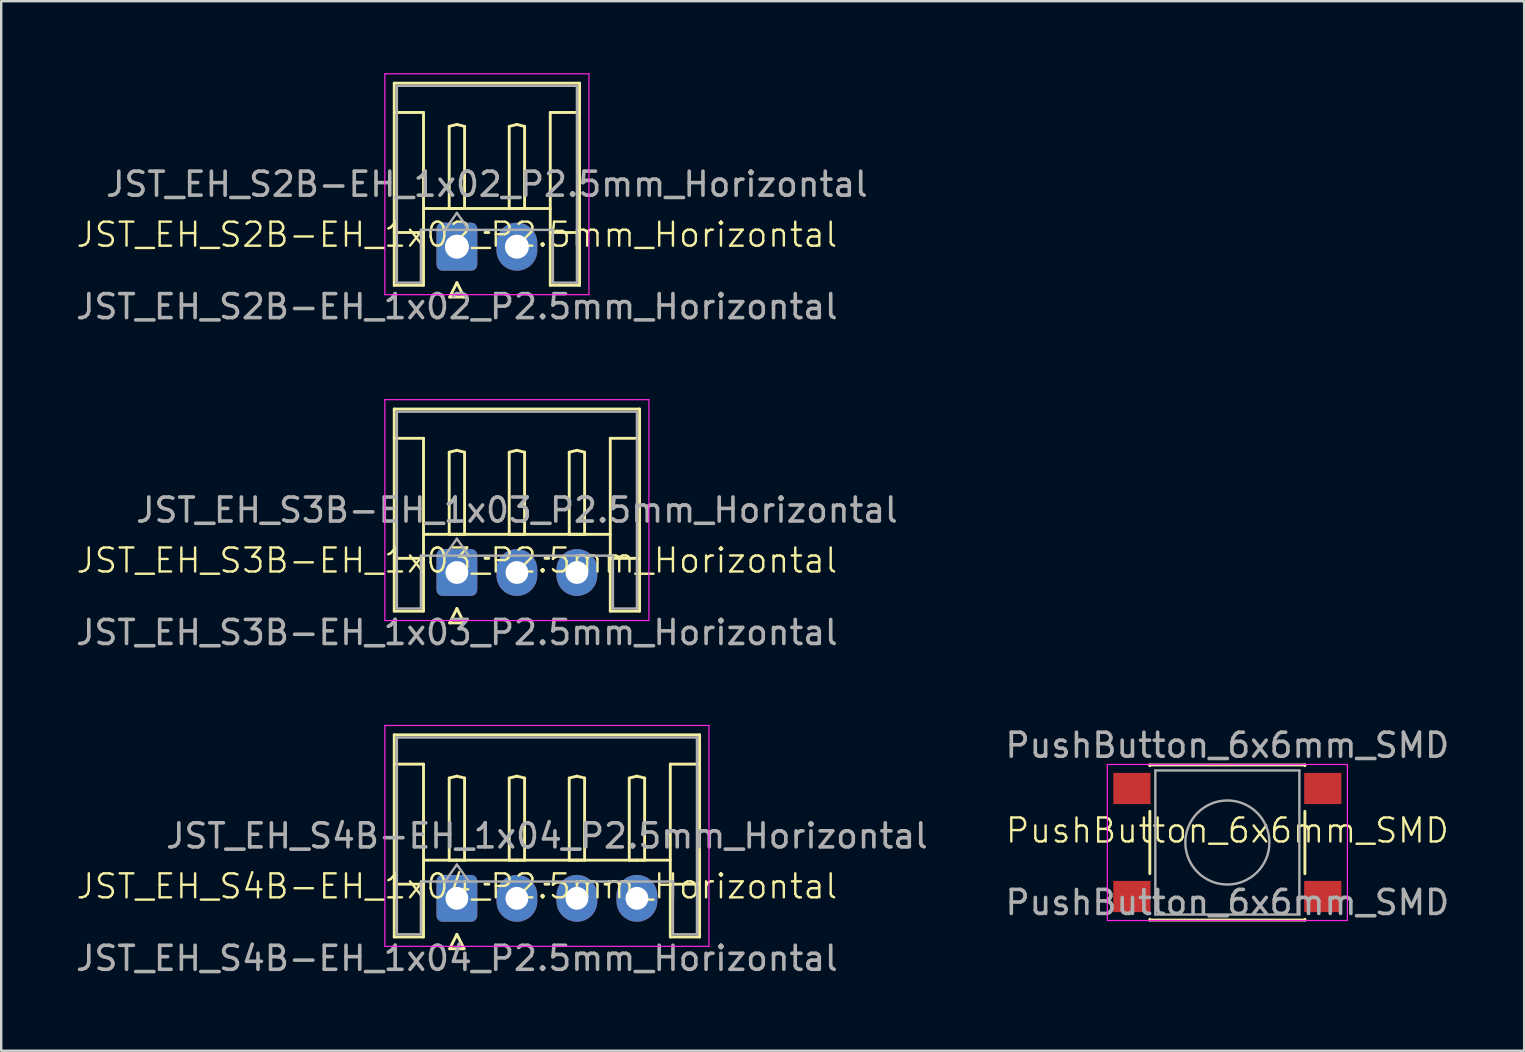
<source format=kicad_pcb>
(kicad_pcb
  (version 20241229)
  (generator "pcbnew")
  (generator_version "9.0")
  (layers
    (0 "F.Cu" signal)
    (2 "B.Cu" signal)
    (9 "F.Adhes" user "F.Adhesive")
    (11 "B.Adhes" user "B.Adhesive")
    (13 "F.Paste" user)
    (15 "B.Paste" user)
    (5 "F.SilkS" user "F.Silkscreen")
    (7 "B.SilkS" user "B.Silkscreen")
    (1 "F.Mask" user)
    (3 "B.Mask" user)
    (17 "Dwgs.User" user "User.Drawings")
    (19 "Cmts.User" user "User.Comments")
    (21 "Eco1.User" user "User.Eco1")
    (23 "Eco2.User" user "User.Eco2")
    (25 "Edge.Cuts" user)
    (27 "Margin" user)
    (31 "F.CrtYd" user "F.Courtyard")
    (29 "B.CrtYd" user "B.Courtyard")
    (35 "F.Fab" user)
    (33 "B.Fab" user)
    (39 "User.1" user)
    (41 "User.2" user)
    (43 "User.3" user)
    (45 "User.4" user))
  (footprint "JST_EH_S3B-EH_1x03_P2.5mm_Horizontal"
    (layer "F.Cu")
    (at 15.982 20.798)
    (property "Reference" "JST_EH_S3B-EH_1x03_P2.5mm_Horizontal" (at 0 -0.5 0) (unlocked yes) (layer "F.SilkS") (effects (font (size 1 1) (thickness 0.1))))
    (attr smd)
    (fp_line (start -2.61 -6.81) (end 7.61 -6.81) (stroke (width 0.12) (type solid)) (layer "F.SilkS"))
    (fp_line (start -2.61 -5.59) (end -1.39 -5.59) (stroke (width 0.12) (type solid)) (layer "F.SilkS"))
    (fp_line (start -2.61 1.61) (end -2.61 -6.81) (stroke (width 0.12) (type solid)) (layer "F.SilkS"))
    (fp_line (start -1.39 -5.59) (end -1.39 -0.59) (stroke (width 0.12) (type solid)) (layer "F.SilkS"))
    (fp_line (start -1.39 -1.59) (end 6.39 -1.59) (stroke (width 0.12) (type solid)) (layer "F.SilkS"))
    (fp_line (start -1.39 -0.59) (end -2.61 -0.59) (stroke (width 0.12) (type solid)) (layer "F.SilkS"))
    (fp_line (start -1.39 -0.59) (end -1.39 1.61) (stroke (width 0.12) (type solid)) (layer "F.SilkS"))
    (fp_line (start -1.39 1.61) (end -2.61 1.61) (stroke (width 0.12) (type solid)) (layer "F.SilkS"))
    (fp_line (start -0.32 -5.01) (end 0 -5.09) (stroke (width 0.12) (type solid)) (layer "F.SilkS"))
    (fp_line (start -0.32 -1.59) (end -0.32 -5.01) (stroke (width 0.12) (type solid)) (layer "F.SilkS"))
    (fp_line (start -0.3 2.1) (end 0.3 2.1) (stroke (width 0.12) (type solid)) (layer "F.SilkS"))
    (fp_line (start 0 -5.09) (end 0.32 -5.01) (stroke (width 0.12) (type solid)) (layer "F.SilkS"))
    (fp_line (start 0 -1.59) (end -0.32 -1.59) (stroke (width 0.12) (type solid)) (layer "F.SilkS"))
    (fp_line (start 0 1.5) (end -0.3 2.1) (stroke (width 0.12) (type solid)) (layer "F.SilkS"))
    (fp_line (start 0.3 2.1) (end 0 1.5) (stroke (width 0.12) (type solid)) (layer "F.SilkS"))
    (fp_line (start 0.32 -5.01) (end 0.32 -1.59) (stroke (width 0.12) (type solid)) (layer "F.SilkS"))
    (fp_line (start 0.32 -1.59) (end 0 -1.59) (stroke (width 0.12) (type solid)) (layer "F.SilkS"))
    (fp_line (start 1.17 -0.59) (end 1.33 -0.59) (stroke (width 0.12) (type solid)) (layer "F.SilkS"))
    (fp_line (start 2.18 -5.01) (end 2.5 -5.09) (stroke (width 0.12) (type solid)) (layer "F.SilkS"))
    (fp_line (start 2.18 -1.59) (end 2.18 -5.01) (stroke (width 0.12) (type solid)) (layer "F.SilkS"))
    (fp_line (start 2.5 -5.09) (end 2.82 -5.01) (stroke (width 0.12) (type solid)) (layer "F.SilkS"))
    (fp_line (start 2.5 -1.59) (end 2.18 -1.59) (stroke (width 0.12) (type solid)) (layer "F.SilkS"))
    (fp_line (start 2.82 -5.01) (end 2.82 -1.59) (stroke (width 0.12) (type solid)) (layer "F.SilkS"))
    (fp_line (start 2.82 -1.59) (end 2.5 -1.59) (stroke (width 0.12) (type solid)) (layer "F.SilkS"))
    (fp_line (start 3.67 -0.59) (end 3.83 -0.59) (stroke (width 0.12) (type solid)) (layer "F.SilkS"))
    (fp_line (start 4.68 -5.01) (end 5 -5.09) (stroke (width 0.12) (type solid)) (layer "F.SilkS"))
    (fp_line (start 4.68 -1.59) (end 4.68 -5.01) (stroke (width 0.12) (type solid)) (layer "F.SilkS"))
    (fp_line (start 5 -5.09) (end 5.32 -5.01) (stroke (width 0.12) (type solid)) (layer "F.SilkS"))
    (fp_line (start 5 -1.59) (end 4.68 -1.59) (stroke (width 0.12) (type solid)) (layer "F.SilkS"))
    (fp_line (start 5.32 -5.01) (end 5.32 -1.59) (stroke (width 0.12) (type solid)) (layer "F.SilkS"))
    (fp_line (start 5.32 -1.59) (end 5 -1.59) (stroke (width 0.12) (type solid)) (layer "F.SilkS"))
    (fp_line (start 6.39 -5.59) (end 6.39 -0.59) (stroke (width 0.12) (type solid)) (layer "F.SilkS"))
    (fp_line (start 6.39 -0.59) (end 7.61 -0.59) (stroke (width 0.12) (type solid)) (layer "F.SilkS"))
    (fp_line (start 6.39 1.61) (end 6.39 -0.59) (stroke (width 0.12) (type solid)) (layer "F.SilkS"))
    (fp_line (start 7.61 -6.81) (end 7.61 1.61) (stroke (width 0.12) (type solid)) (layer "F.SilkS"))
    (fp_line (start 7.61 -5.59) (end 6.39 -5.59) (stroke (width 0.12) (type solid)) (layer "F.SilkS"))
    (fp_line (start 7.61 1.61) (end 6.39 1.61) (stroke (width 0.12) (type solid)) (layer "F.SilkS"))
    (fp_line (start -3 -7.2) (end -3 2) (stroke (width 0.05) (type solid)) (layer "F.CrtYd"))
    (fp_line (start -3 2) (end 8 2) (stroke (width 0.05) (type solid)) (layer "F.CrtYd"))
    (fp_line (start 8 -7.2) (end -3 -7.2) (stroke (width 0.05) (type solid)) (layer "F.CrtYd"))
    (fp_line (start 8 2) (end 8 -7.2) (stroke (width 0.05) (type solid)) (layer "F.CrtYd"))
    (fp_line (start -2.5 -6.7) (end 7.5 -6.7) (stroke (width 0.1) (type solid)) (layer "F.Fab"))
    (fp_line (start -2.5 1.5) (end -2.5 -6.7) (stroke (width 0.1) (type solid)) (layer "F.Fab"))
    (fp_line (start -1.5 -0.7) (end -1.5 1.5) (stroke (width 0.1) (type solid)) (layer "F.Fab"))
    (fp_line (start -1.5 1.5) (end -2.5 1.5) (stroke (width 0.1) (type solid)) (layer "F.Fab"))
    (fp_line (start -0.5 -0.7) (end 0 -1.407) (stroke (width 0.1) (type solid)) (layer "F.Fab"))
    (fp_line (start 0 -1.407) (end 0.5 -0.7) (stroke (width 0.1) (type solid)) (layer "F.Fab"))
    (fp_line (start 6.5 -0.7) (end -1.5 -0.7) (stroke (width 0.1) (type solid)) (layer "F.Fab"))
    (fp_line (start 6.5 1.5) (end 6.5 -0.7) (stroke (width 0.1) (type solid)) (layer "F.Fab"))
    (fp_line (start 7.5 -6.7) (end 7.5 1.5) (stroke (width 0.1) (type solid)) (layer "F.Fab"))
    (fp_line (start 7.5 1.5) (end 6.5 1.5) (stroke (width 0.1) (type solid)) (layer "F.Fab"))
    (fp_text user "${REFERENCE}" (at 2.5 -2.6 0) (layer "F.Fab") (effects (font (size 1 1) (thickness 0.15))))
    (fp_text user "${REFERENCE}" (at 0 2.5 0) (unlocked yes) (layer "F.Fab") (effects (font (size 1 1) (thickness 0.15))))
    (pad "1" thru_hole roundrect (at 0 0) (size 1.7 1.95) (drill 0.95) (layers "*.Cu" "*.Mask") (roundrect_rratio 0.147))
    (pad "2" thru_hole oval (at 2.5 0) (size 1.7 1.95) (drill 0.95) (layers "*.Cu" "*.Mask"))
    (pad "3" thru_hole oval (at 5 0) (size 1.7 1.95) (drill 0.95) (layers "*.Cu" "*.Mask")))
  (footprint "JST_EH_S4B-EH_1x04_P2.5mm_Horizontal"
    (layer "F.Cu")
    (at 15.982 34.371)
    (property "Reference" "JST_EH_S4B-EH_1x04_P2.5mm_Horizontal" (at 0 -0.5 0) (unlocked yes) (layer "F.SilkS") (effects (font (size 1 1) (thickness 0.1))))
    (attr through_hole)
    (fp_line (start -2.61 -6.81) (end 10.11 -6.81) (stroke (width 0.12) (type solid)) (layer "F.SilkS"))
    (fp_line (start -2.61 -5.59) (end -1.39 -5.59) (stroke (width 0.12) (type solid)) (layer "F.SilkS"))
    (fp_line (start -2.61 1.61) (end -2.61 -6.81) (stroke (width 0.12) (type solid)) (layer "F.SilkS"))
    (fp_line (start -1.39 -5.59) (end -1.39 -0.59) (stroke (width 0.12) (type solid)) (layer "F.SilkS"))
    (fp_line (start -1.39 -1.59) (end 8.89 -1.59) (stroke (width 0.12) (type solid)) (layer "F.SilkS"))
    (fp_line (start -1.39 -0.59) (end -2.61 -0.59) (stroke (width 0.12) (type solid)) (layer "F.SilkS"))
    (fp_line (start -1.39 -0.59) (end -1.39 1.61) (stroke (width 0.12) (type solid)) (layer "F.SilkS"))
    (fp_line (start -1.39 1.61) (end -2.61 1.61) (stroke (width 0.12) (type solid)) (layer "F.SilkS"))
    (fp_line (start -0.32 -5.01) (end 0 -5.09) (stroke (width 0.12) (type solid)) (layer "F.SilkS"))
    (fp_line (start -0.32 -1.59) (end -0.32 -5.01) (stroke (width 0.12) (type solid)) (layer "F.SilkS"))
    (fp_line (start -0.3 2.1) (end 0.3 2.1) (stroke (width 0.12) (type solid)) (layer "F.SilkS"))
    (fp_line (start 0 -5.09) (end 0.32 -5.01) (stroke (width 0.12) (type solid)) (layer "F.SilkS"))
    (fp_line (start 0 -1.59) (end -0.32 -1.59) (stroke (width 0.12) (type solid)) (layer "F.SilkS"))
    (fp_line (start 0 1.5) (end -0.3 2.1) (stroke (width 0.12) (type solid)) (layer "F.SilkS"))
    (fp_line (start 0.3 2.1) (end 0 1.5) (stroke (width 0.12) (type solid)) (layer "F.SilkS"))
    (fp_line (start 0.32 -5.01) (end 0.32 -1.59) (stroke (width 0.12) (type solid)) (layer "F.SilkS"))
    (fp_line (start 0.32 -1.59) (end 0 -1.59) (stroke (width 0.12) (type solid)) (layer "F.SilkS"))
    (fp_line (start 1.17 -0.59) (end 1.33 -0.59) (stroke (width 0.12) (type solid)) (layer "F.SilkS"))
    (fp_line (start 2.18 -5.01) (end 2.5 -5.09) (stroke (width 0.12) (type solid)) (layer "F.SilkS"))
    (fp_line (start 2.18 -1.59) (end 2.18 -5.01) (stroke (width 0.12) (type solid)) (layer "F.SilkS"))
    (fp_line (start 2.5 -5.09) (end 2.82 -5.01) (stroke (width 0.12) (type solid)) (layer "F.SilkS"))
    (fp_line (start 2.5 -1.59) (end 2.18 -1.59) (stroke (width 0.12) (type solid)) (layer "F.SilkS"))
    (fp_line (start 2.82 -5.01) (end 2.82 -1.59) (stroke (width 0.12) (type solid)) (layer "F.SilkS"))
    (fp_line (start 2.82 -1.59) (end 2.5 -1.59) (stroke (width 0.12) (type solid)) (layer "F.SilkS"))
    (fp_line (start 3.67 -0.59) (end 3.83 -0.59) (stroke (width 0.12) (type solid)) (layer "F.SilkS"))
    (fp_line (start 4.68 -5.01) (end 5 -5.09) (stroke (width 0.12) (type solid)) (layer "F.SilkS"))
    (fp_line (start 4.68 -1.59) (end 4.68 -5.01) (stroke (width 0.12) (type solid)) (layer "F.SilkS"))
    (fp_line (start 5 -5.09) (end 5.32 -5.01) (stroke (width 0.12) (type solid)) (layer "F.SilkS"))
    (fp_line (start 5 -1.59) (end 4.68 -1.59) (stroke (width 0.12) (type solid)) (layer "F.SilkS"))
    (fp_line (start 5.32 -5.01) (end 5.32 -1.59) (stroke (width 0.12) (type solid)) (layer "F.SilkS"))
    (fp_line (start 5.32 -1.59) (end 5 -1.59) (stroke (width 0.12) (type solid)) (layer "F.SilkS"))
    (fp_line (start 6.17 -0.59) (end 6.33 -0.59) (stroke (width 0.12) (type solid)) (layer "F.SilkS"))
    (fp_line (start 7.18 -5.01) (end 7.5 -5.09) (stroke (width 0.12) (type solid)) (layer "F.SilkS"))
    (fp_line (start 7.18 -1.59) (end 7.18 -5.01) (stroke (width 0.12) (type solid)) (layer "F.SilkS"))
    (fp_line (start 7.5 -5.09) (end 7.82 -5.01) (stroke (width 0.12) (type solid)) (layer "F.SilkS"))
    (fp_line (start 7.5 -1.59) (end 7.18 -1.59) (stroke (width 0.12) (type solid)) (layer "F.SilkS"))
    (fp_line (start 7.82 -5.01) (end 7.82 -1.59) (stroke (width 0.12) (type solid)) (layer "F.SilkS"))
    (fp_line (start 7.82 -1.59) (end 7.5 -1.59) (stroke (width 0.12) (type solid)) (layer "F.SilkS"))
    (fp_line (start 8.89 -5.59) (end 8.89 -0.59) (stroke (width 0.12) (type solid)) (layer "F.SilkS"))
    (fp_line (start 8.89 -0.59) (end 10.11 -0.59) (stroke (width 0.12) (type solid)) (layer "F.SilkS"))
    (fp_line (start 8.89 1.61) (end 8.89 -0.59) (stroke (width 0.12) (type solid)) (layer "F.SilkS"))
    (fp_line (start 10.11 -6.81) (end 10.11 1.61) (stroke (width 0.12) (type solid)) (layer "F.SilkS"))
    (fp_line (start 10.11 -5.59) (end 8.89 -5.59) (stroke (width 0.12) (type solid)) (layer "F.SilkS"))
    (fp_line (start 10.11 1.61) (end 8.89 1.61) (stroke (width 0.12) (type solid)) (layer "F.SilkS"))
    (fp_line (start -3 -7.2) (end -3 2) (stroke (width 0.05) (type solid)) (layer "F.CrtYd"))
    (fp_line (start -3 2) (end 10.5 2) (stroke (width 0.05) (type solid)) (layer "F.CrtYd"))
    (fp_line (start 10.5 -7.2) (end -3 -7.2) (stroke (width 0.05) (type solid)) (layer "F.CrtYd"))
    (fp_line (start 10.5 2) (end 10.5 -7.2) (stroke (width 0.05) (type solid)) (layer "F.CrtYd"))
    (fp_line (start -2.5 -6.7) (end 10 -6.7) (stroke (width 0.1) (type solid)) (layer "F.Fab"))
    (fp_line (start -2.5 1.5) (end -2.5 -6.7) (stroke (width 0.1) (type solid)) (layer "F.Fab"))
    (fp_line (start -1.5 -0.7) (end -1.5 1.5) (stroke (width 0.1) (type solid)) (layer "F.Fab"))
    (fp_line (start -1.5 1.5) (end -2.5 1.5) (stroke (width 0.1) (type solid)) (layer "F.Fab"))
    (fp_line (start -0.5 -0.7) (end 0 -1.407) (stroke (width 0.1) (type solid)) (layer "F.Fab"))
    (fp_line (start 0 -1.407) (end 0.5 -0.7) (stroke (width 0.1) (type solid)) (layer "F.Fab"))
    (fp_line (start 9 -0.7) (end -1.5 -0.7) (stroke (width 0.1) (type solid)) (layer "F.Fab"))
    (fp_line (start 9 1.5) (end 9 -0.7) (stroke (width 0.1) (type solid)) (layer "F.Fab"))
    (fp_line (start 10 -6.7) (end 10 1.5) (stroke (width 0.1) (type solid)) (layer "F.Fab"))
    (fp_line (start 10 1.5) (end 9 1.5) (stroke (width 0.1) (type solid)) (layer "F.Fab"))
    (fp_text user "${REFERENCE}" (at 0 2.5 0) (unlocked yes) (layer "F.Fab") (effects (font (size 1 1) (thickness 0.15))))
    (fp_text user "${REFERENCE}" (at 3.75 -2.6 0) (layer "F.Fab") (effects (font (size 1 1) (thickness 0.15))))
    (pad "1" thru_hole roundrect (at 0 0) (size 1.7 1.95) (drill 0.95) (layers "*.Cu" "*.Mask") (roundrect_rratio 0.147))
    (pad "2" thru_hole oval (at 2.5 0) (size 1.7 1.95) (drill 0.95) (layers "*.Cu" "*.Mask"))
    (pad "3" thru_hole oval (at 5 0) (size 1.7 1.95) (drill 0.95) (layers "*.Cu" "*.Mask"))
    (pad "4" thru_hole oval (at 7.5 0) (size 1.7 1.95) (drill 0.95) (layers "*.Cu" "*.Mask")))
  (footprint "JST_EH_S2B-EH_1x02_P2.5mm_Horizontal"
    (layer "F.Cu")
    (at 15.982 7.225)
    (property "Reference" "JST_EH_S2B-EH_1x02_P2.5mm_Horizontal" (at 0 -0.5 0) (unlocked yes) (layer "F.SilkS") (effects (font (size 1 1) (thickness 0.1))))
    (attr through_hole)
    (fp_line (start -2.61 -6.81) (end 5.11 -6.81) (stroke (width 0.12) (type solid)) (layer "F.SilkS"))
    (fp_line (start -2.61 -5.59) (end -1.39 -5.59) (stroke (width 0.12) (type solid)) (layer "F.SilkS"))
    (fp_line (start -2.61 1.61) (end -2.61 -6.81) (stroke (width 0.12) (type solid)) (layer "F.SilkS"))
    (fp_line (start -1.39 -5.59) (end -1.39 -0.59) (stroke (width 0.12) (type solid)) (layer "F.SilkS"))
    (fp_line (start -1.39 -1.59) (end 3.89 -1.59) (stroke (width 0.12) (type solid)) (layer "F.SilkS"))
    (fp_line (start -1.39 -0.59) (end -2.61 -0.59) (stroke (width 0.12) (type solid)) (layer "F.SilkS"))
    (fp_line (start -1.39 -0.59) (end -1.39 1.61) (stroke (width 0.12) (type solid)) (layer "F.SilkS"))
    (fp_line (start -1.39 1.61) (end -2.61 1.61) (stroke (width 0.12) (type solid)) (layer "F.SilkS"))
    (fp_line (start -0.32 -5.01) (end 0 -5.09) (stroke (width 0.12) (type solid)) (layer "F.SilkS"))
    (fp_line (start -0.32 -1.59) (end -0.32 -5.01) (stroke (width 0.12) (type solid)) (layer "F.SilkS"))
    (fp_line (start -0.3 2.1) (end 0.3 2.1) (stroke (width 0.12) (type solid)) (layer "F.SilkS"))
    (fp_line (start 0 -5.09) (end 0.32 -5.01) (stroke (width 0.12) (type solid)) (layer "F.SilkS"))
    (fp_line (start 0 -1.59) (end -0.32 -1.59) (stroke (width 0.12) (type solid)) (layer "F.SilkS"))
    (fp_line (start 0 1.5) (end -0.3 2.1) (stroke (width 0.12) (type solid)) (layer "F.SilkS"))
    (fp_line (start 0.3 2.1) (end 0 1.5) (stroke (width 0.12) (type solid)) (layer "F.SilkS"))
    (fp_line (start 0.32 -5.01) (end 0.32 -1.59) (stroke (width 0.12) (type solid)) (layer "F.SilkS"))
    (fp_line (start 0.32 -1.59) (end 0 -1.59) (stroke (width 0.12) (type solid)) (layer "F.SilkS"))
    (fp_line (start 1.17 -0.59) (end 1.33 -0.59) (stroke (width 0.12) (type solid)) (layer "F.SilkS"))
    (fp_line (start 2.18 -5.01) (end 2.5 -5.09) (stroke (width 0.12) (type solid)) (layer "F.SilkS"))
    (fp_line (start 2.18 -1.59) (end 2.18 -5.01) (stroke (width 0.12) (type solid)) (layer "F.SilkS"))
    (fp_line (start 2.5 -5.09) (end 2.82 -5.01) (stroke (width 0.12) (type solid)) (layer "F.SilkS"))
    (fp_line (start 2.5 -1.59) (end 2.18 -1.59) (stroke (width 0.12) (type solid)) (layer "F.SilkS"))
    (fp_line (start 2.82 -5.01) (end 2.82 -1.59) (stroke (width 0.12) (type solid)) (layer "F.SilkS"))
    (fp_line (start 2.82 -1.59) (end 2.5 -1.59) (stroke (width 0.12) (type solid)) (layer "F.SilkS"))
    (fp_line (start 3.89 -5.59) (end 3.89 -0.59) (stroke (width 0.12) (type solid)) (layer "F.SilkS"))
    (fp_line (start 3.89 -0.59) (end 5.11 -0.59) (stroke (width 0.12) (type solid)) (layer "F.SilkS"))
    (fp_line (start 3.89 1.61) (end 3.89 -0.59) (stroke (width 0.12) (type solid)) (layer "F.SilkS"))
    (fp_line (start 5.11 -6.81) (end 5.11 1.61) (stroke (width 0.12) (type solid)) (layer "F.SilkS"))
    (fp_line (start 5.11 -5.59) (end 3.89 -5.59) (stroke (width 0.12) (type solid)) (layer "F.SilkS"))
    (fp_line (start 5.11 1.61) (end 3.89 1.61) (stroke (width 0.12) (type solid)) (layer "F.SilkS"))
    (fp_line (start -3 -7.2) (end -3 2) (stroke (width 0.05) (type solid)) (layer "F.CrtYd"))
    (fp_line (start -3 2) (end 5.5 2) (stroke (width 0.05) (type solid)) (layer "F.CrtYd"))
    (fp_line (start 5.5 -7.2) (end -3 -7.2) (stroke (width 0.05) (type solid)) (layer "F.CrtYd"))
    (fp_line (start 5.5 2) (end 5.5 -7.2) (stroke (width 0.05) (type solid)) (layer "F.CrtYd"))
    (fp_line (start -2.5 -6.7) (end 5 -6.7) (stroke (width 0.1) (type solid)) (layer "F.Fab"))
    (fp_line (start -2.5 1.5) (end -2.5 -6.7) (stroke (width 0.1) (type solid)) (layer "F.Fab"))
    (fp_line (start -1.5 -0.7) (end -1.5 1.5) (stroke (width 0.1) (type solid)) (layer "F.Fab"))
    (fp_line (start -1.5 1.5) (end -2.5 1.5) (stroke (width 0.1) (type solid)) (layer "F.Fab"))
    (fp_line (start -0.5 -0.7) (end 0 -1.407) (stroke (width 0.1) (type solid)) (layer "F.Fab"))
    (fp_line (start 0 -1.407) (end 0.5 -0.7) (stroke (width 0.1) (type solid)) (layer "F.Fab"))
    (fp_line (start 4 -0.7) (end -1.5 -0.7) (stroke (width 0.1) (type solid)) (layer "F.Fab"))
    (fp_line (start 4 1.5) (end 4 -0.7) (stroke (width 0.1) (type solid)) (layer "F.Fab"))
    (fp_line (start 5 -6.7) (end 5 1.5) (stroke (width 0.1) (type solid)) (layer "F.Fab"))
    (fp_line (start 5 1.5) (end 4 1.5) (stroke (width 0.1) (type solid)) (layer "F.Fab"))
    (fp_text user "${REFERENCE}" (at 0 2.5 0) (unlocked yes) (layer "F.Fab") (effects (font (size 1 1) (thickness 0.15))))
    (fp_text user "${REFERENCE}" (at 1.25 -2.6 0) (layer "F.Fab") (effects (font (size 1 1) (thickness 0.15))))
    (pad "1" thru_hole roundrect (at 0 0) (size 1.7 2) (drill 1) (layers "*.Cu" "*.Mask") (roundrect_rratio 0.147))
    (pad "2" thru_hole oval (at 2.5 0) (size 1.7 2) (drill 1) (layers "*.Cu" "*.Mask")))
  (footprint "PushButton_6x6mm_SMD"
    (layer "F.Cu")
    (at 48.077 32.045)
    (property "Reference" "PushButton_6x6mm_SMD" (at 0 -0.5 0) (unlocked yes) (layer "F.SilkS") (effects (font (size 1 1) (thickness 0.1))))
    (attr smd)
    (fp_line (start -3.23 -3.23) (end 3.23 -3.23) (stroke (width 0.12) (type solid)) (layer "F.SilkS"))
    (fp_line (start -3.23 -3.2) (end -3.23 -3.23) (stroke (width 0.12) (type solid)) (layer "F.SilkS"))
    (fp_line (start -3.23 -1.3) (end -3.23 1.3) (stroke (width 0.12) (type solid)) (layer "F.SilkS"))
    (fp_line (start -3.23 3.23) (end -3.23 3.2) (stroke (width 0.12) (type solid)) (layer "F.SilkS"))
    (fp_line (start -3.23 3.23) (end 3.23 3.23) (stroke (width 0.12) (type solid)) (layer "F.SilkS"))
    (fp_line (start 3.23 -3.23) (end 3.23 -3.2) (stroke (width 0.12) (type solid)) (layer "F.SilkS"))
    (fp_line (start 3.23 -1.3) (end 3.23 1.3) (stroke (width 0.12) (type solid)) (layer "F.SilkS"))
    (fp_line (start 3.23 3.23) (end 3.23 3.2) (stroke (width 0.12) (type solid)) (layer "F.SilkS"))
    (fp_line (start -5 -3.25) (end -5 3.25) (stroke (width 0.05) (type solid)) (layer "F.CrtYd"))
    (fp_line (start -5 -3.25) (end 5 -3.25) (stroke (width 0.05) (type solid)) (layer "F.CrtYd"))
    (fp_line (start -5 3.25) (end 5 3.25) (stroke (width 0.05) (type solid)) (layer "F.CrtYd"))
    (fp_line (start 5 3.25) (end 5 -3.25) (stroke (width 0.05) (type solid)) (layer "F.CrtYd"))
    (fp_line (start -3 -3) (end -3 3) (stroke (width 0.1) (type solid)) (layer "F.Fab"))
    (fp_line (start -3 3) (end 3 3) (stroke (width 0.1) (type solid)) (layer "F.Fab"))
    (fp_line (start 3 -3) (end -3 -3) (stroke (width 0.1) (type solid)) (layer "F.Fab"))
    (fp_line (start 3 3) (end 3 -3) (stroke (width 0.1) (type solid)) (layer "F.Fab"))
    (fp_circle (center 0 0) (end 1.75 -0.05) (stroke (width 0.1) (type solid)) (fill no) (layer "F.Fab"))
    (fp_text user "${REFERENCE}" (at 0 2.5 0) (unlocked yes) (layer "F.Fab") (effects (font (size 1 1) (thickness 0.15))))
    (fp_text user "${REFERENCE}" (at 0 -4.05 0) (layer "F.Fab") (effects (font (size 1 1) (thickness 0.15))))
    (pad "1" smd rect (at -3.975 -2.25) (size 1.55 1.3) (layers "F.Cu" "F.Mask" "F.Paste"))
    (pad "1" smd rect (at 3.975 -2.25) (size 1.55 1.3) (layers "F.Cu" "F.Mask" "F.Paste"))
    (pad "2" smd rect (at -3.975 2.25) (size 1.55 1.3) (layers "F.Cu" "F.Mask" "F.Paste"))
    (pad "2" smd rect (at 3.975 2.25) (size 1.55 1.3) (layers "F.Cu" "F.Mask" "F.Paste")))
  (gr_rect
    (start -3 -3)
    (end 60.44 40.72)
    (stroke (width 0.1) (type default))
    (fill no)
    (layer "Edge.Cuts")))
</source>
